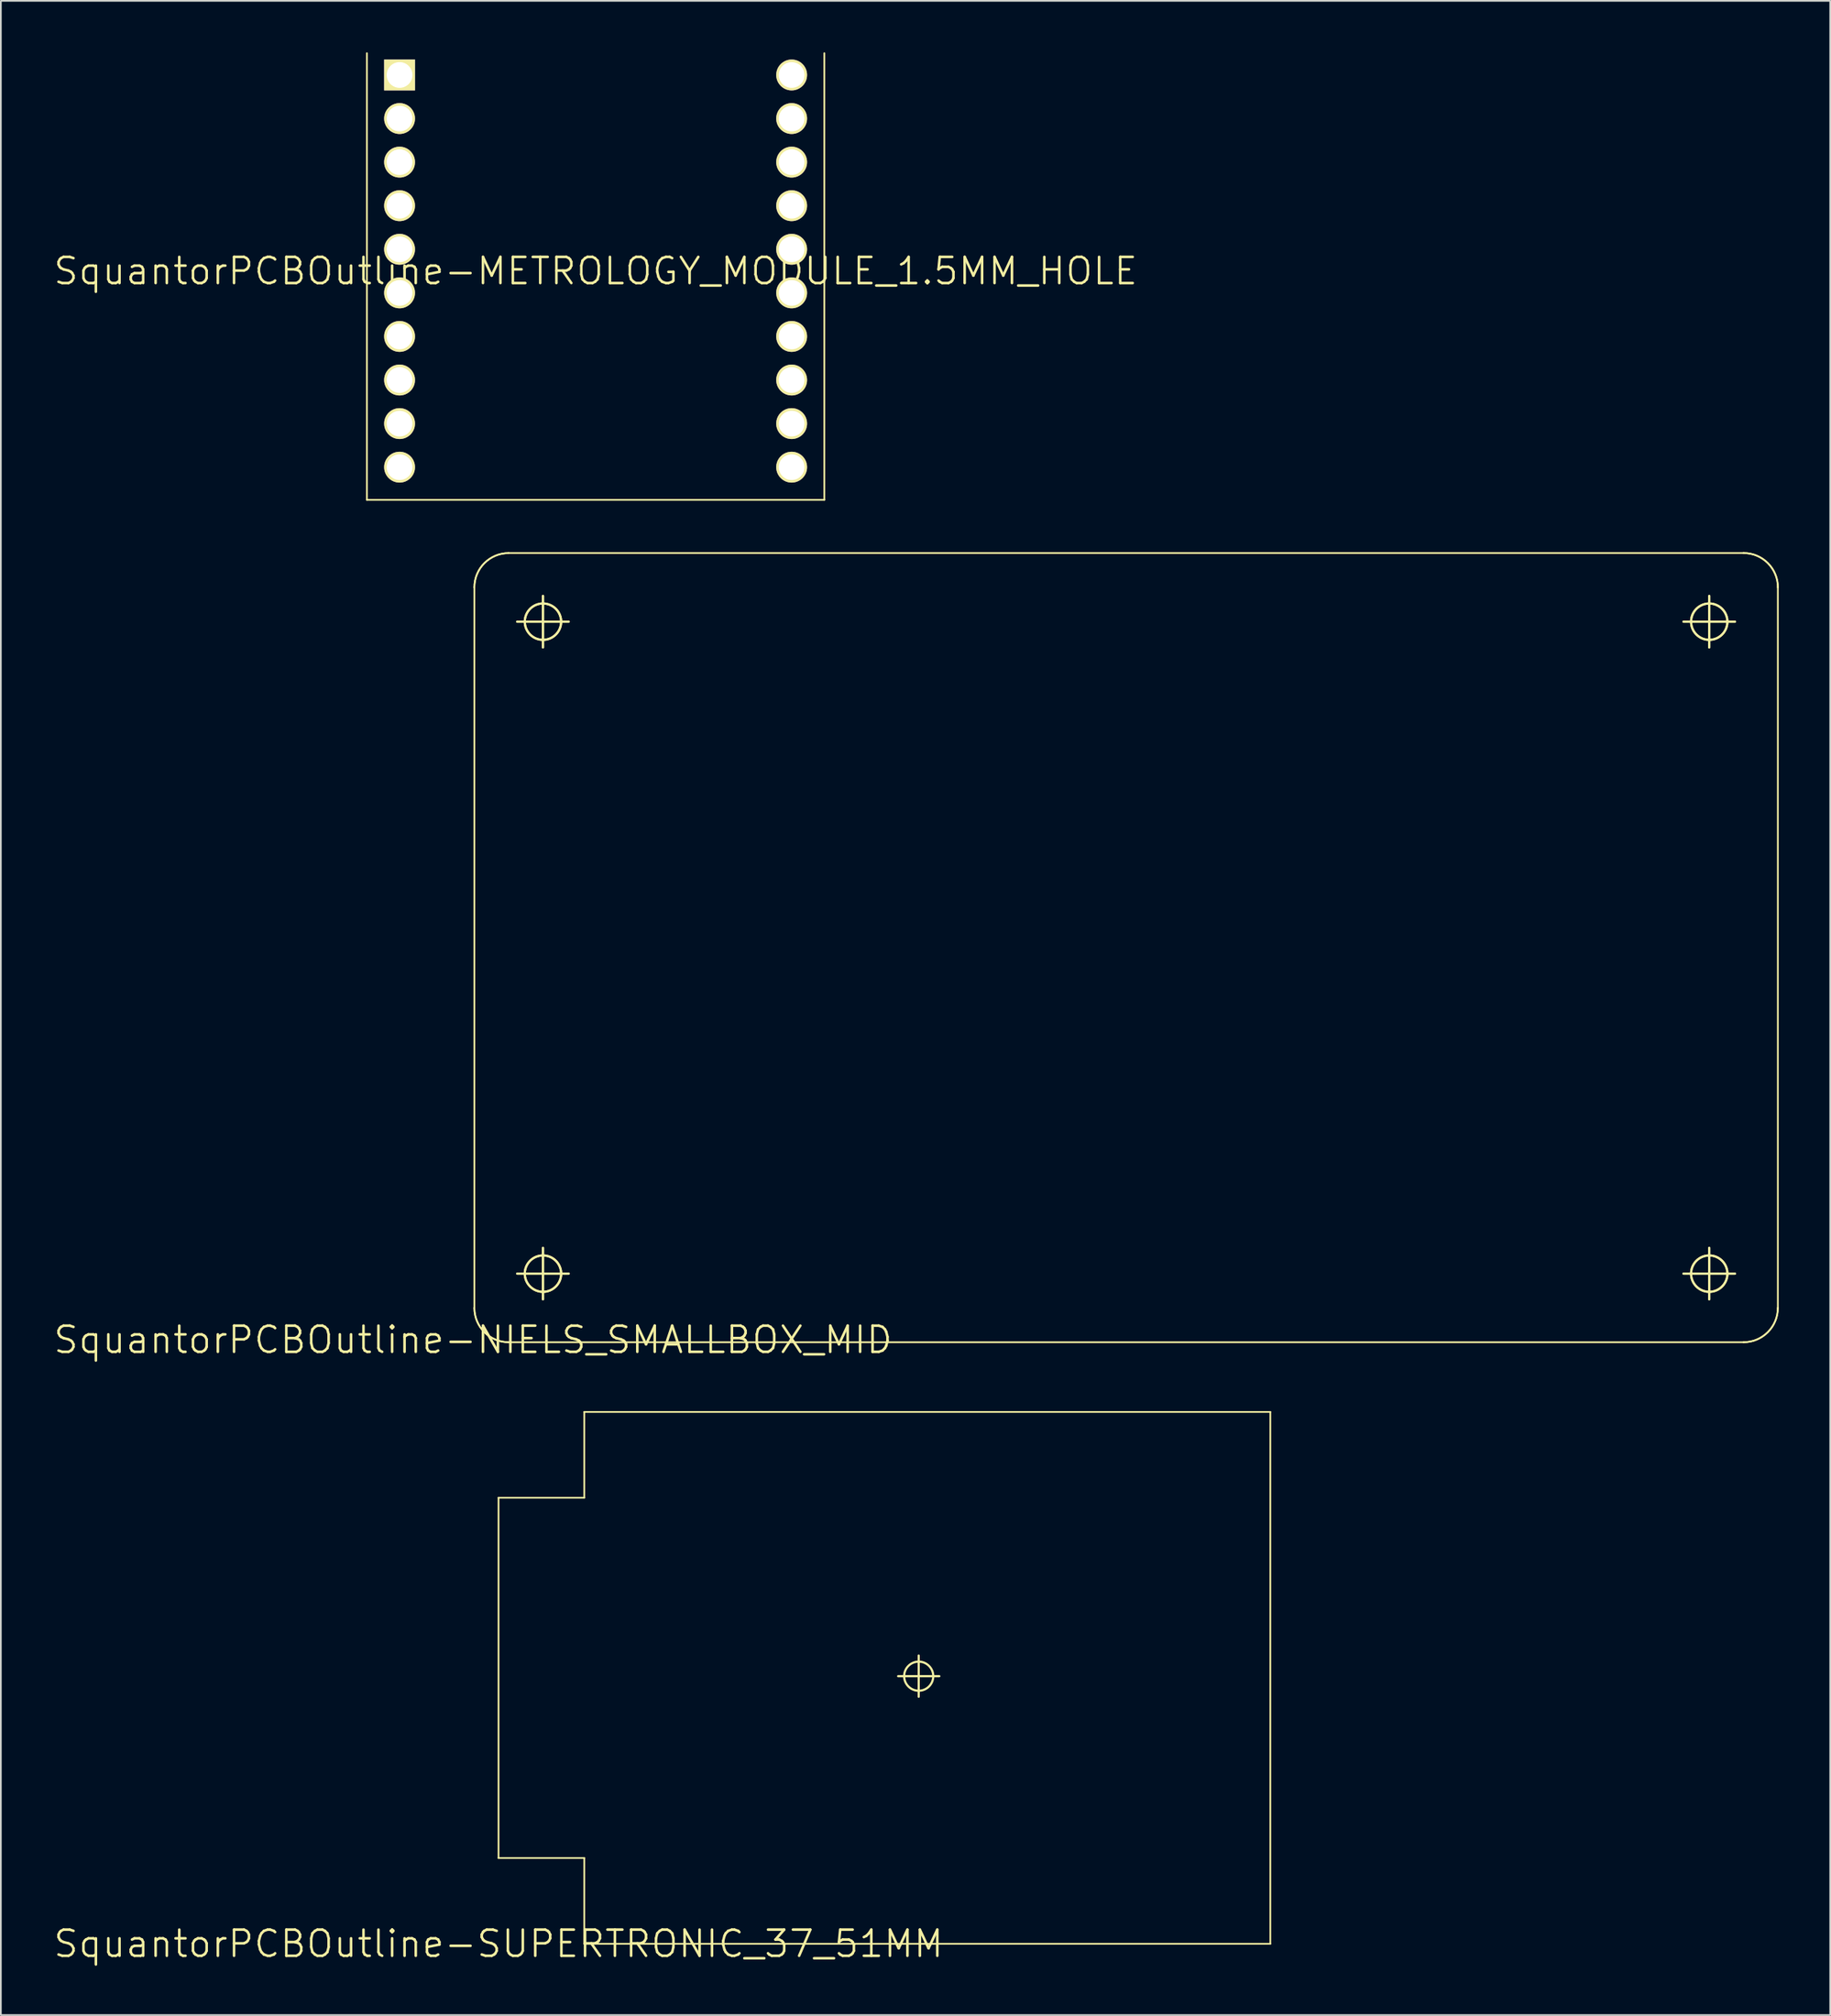
<source format=kicad_pcb>
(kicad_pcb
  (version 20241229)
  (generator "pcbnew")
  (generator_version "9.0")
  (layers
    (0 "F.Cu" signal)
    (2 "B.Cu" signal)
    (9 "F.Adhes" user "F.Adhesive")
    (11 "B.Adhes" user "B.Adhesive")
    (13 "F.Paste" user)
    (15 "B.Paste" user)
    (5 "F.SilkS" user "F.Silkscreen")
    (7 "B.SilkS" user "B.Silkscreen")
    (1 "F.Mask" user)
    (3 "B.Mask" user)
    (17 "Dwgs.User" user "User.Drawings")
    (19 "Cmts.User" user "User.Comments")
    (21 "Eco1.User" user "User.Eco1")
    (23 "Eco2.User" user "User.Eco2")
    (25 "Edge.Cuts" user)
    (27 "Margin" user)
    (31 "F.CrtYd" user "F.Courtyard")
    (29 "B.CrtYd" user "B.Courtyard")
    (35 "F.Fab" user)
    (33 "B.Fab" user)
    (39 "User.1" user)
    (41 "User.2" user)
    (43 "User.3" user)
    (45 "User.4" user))
  (footprint "SquantorPCBOutline-NIELS_SMALLBOX_MID"
    (layer "F.Cu")
    (at 24.529 75.045)
    (property "Reference" "SquantorPCBOutline-NIELS_SMALLBOX_MID" (at 0 0 0) (layer "F.SilkS") (effects (font (size 1.524 1.524) (thickness 0.15))))
    (attr exclude_from_pos_files exclude_from_bom)
    (fp_line (start 0.079 -1.859) (end 0.079 -43.858) (stroke (width 0.1) (type solid)) (layer "F.SilkS"))
    (fp_line (start 2.078 -45.86) (end 74.079 -45.86) (stroke (width 0.1) (type solid)) (layer "F.SilkS"))
    (fp_line (start 2.578 -41.859) (end 5.578 -41.859) (stroke (width 0.127) (type solid)) (layer "F.SilkS"))
    (fp_line (start 2.578 -41.859) (end 5.578 -41.859) (stroke (width 0.127) (type solid)) (layer "F.SilkS"))
    (fp_line (start 2.578 -3.858) (end 5.578 -3.858) (stroke (width 0.127) (type solid)) (layer "F.SilkS"))
    (fp_line (start 2.578 -3.858) (end 5.578 -3.858) (stroke (width 0.127) (type solid)) (layer "F.SilkS"))
    (fp_line (start 4.079 -40.358) (end 4.079 -43.358) (stroke (width 0.127) (type solid)) (layer "F.SilkS"))
    (fp_line (start 4.079 -40.358) (end 4.079 -43.358) (stroke (width 0.127) (type solid)) (layer "F.SilkS"))
    (fp_line (start 4.079 -2.36) (end 4.079 -5.359) (stroke (width 0.127) (type solid)) (layer "F.SilkS"))
    (fp_line (start 4.079 -2.36) (end 4.079 -5.359) (stroke (width 0.127) (type solid)) (layer "F.SilkS"))
    (fp_line (start 70.579 -41.859) (end 73.579 -41.859) (stroke (width 0.127) (type solid)) (layer "F.SilkS"))
    (fp_line (start 70.579 -41.859) (end 73.579 -41.859) (stroke (width 0.127) (type solid)) (layer "F.SilkS"))
    (fp_line (start 70.579 -3.858) (end 73.579 -3.858) (stroke (width 0.127) (type solid)) (layer "F.SilkS"))
    (fp_line (start 70.579 -3.858) (end 73.579 -3.858) (stroke (width 0.127) (type solid)) (layer "F.SilkS"))
    (fp_line (start 72.078 -40.358) (end 72.078 -43.358) (stroke (width 0.127) (type solid)) (layer "F.SilkS"))
    (fp_line (start 72.078 -40.358) (end 72.078 -43.358) (stroke (width 0.127) (type solid)) (layer "F.SilkS"))
    (fp_line (start 72.078 -2.36) (end 72.078 -5.359) (stroke (width 0.127) (type solid)) (layer "F.SilkS"))
    (fp_line (start 72.078 -2.36) (end 72.078 -5.359) (stroke (width 0.127) (type solid)) (layer "F.SilkS"))
    (fp_line (start 74.079 0.14) (end 2.078 0.14) (stroke (width 0.1) (type solid)) (layer "F.SilkS"))
    (fp_line (start 76.078 -43.858) (end 76.078 -1.859) (stroke (width 0.1) (type solid)) (layer "F.SilkS"))
    (fp_arc (start 0.07874 -43.85818) (mid 0.664228 -45.271672) (end 2.07772 -45.85716) (stroke (width 0.1) (type solid)) (layer "F.SilkS"))
    (fp_arc (start 0.07874 -43.85818) (mid 0.664228 -45.271672) (end 2.07772 -45.85716) (stroke (width 0.1) (type solid)) (layer "F.SilkS"))
    (fp_arc (start 2.07772 0.1397) (mid 0.664228 -0.445788) (end 0.07874 -1.85928) (stroke (width 0.1) (type solid)) (layer "F.SilkS"))
    (fp_arc (start 2.07772 0.1397) (mid 0.664228 -0.445788) (end 0.07874 -1.85928) (stroke (width 0.1) (type solid)) (layer "F.SilkS"))
    (fp_arc (start 74.0791 -45.8597) (mid 75.494388 -45.273468) (end 76.08062 -43.85818) (stroke (width 0.1) (type solid)) (layer "F.SilkS"))
    (fp_arc (start 74.0791 -45.8597) (mid 75.494388 -45.273468) (end 76.08062 -43.85818) (stroke (width 0.1) (type solid)) (layer "F.SilkS"))
    (fp_arc (start 76.07808 -1.85928) (mid 75.492592 -0.445788) (end 74.0791 0.1397) (stroke (width 0.1) (type solid)) (layer "F.SilkS"))
    (fp_arc (start 76.07808 -1.85928) (mid 75.492592 -0.445788) (end 74.0791 0.1397) (stroke (width 0.1) (type solid)) (layer "F.SilkS"))
    (fp_circle (center 4.079 -41.859) (end 4.829 -42.608) (stroke (width 0.127) (type solid)) (fill no) (layer "F.SilkS"))
    (fp_circle (center 4.079 -41.859) (end 4.829 -42.608) (stroke (width 0.127) (type solid)) (fill no) (layer "F.SilkS"))
    (fp_circle (center 4.079 -3.858) (end 4.829 -4.608) (stroke (width 0.127) (type solid)) (fill no) (layer "F.SilkS"))
    (fp_circle (center 4.079 -3.858) (end 4.829 -4.608) (stroke (width 0.127) (type solid)) (fill no) (layer "F.SilkS"))
    (fp_circle (center 72.078 -41.859) (end 72.827 -42.608) (stroke (width 0.127) (type solid)) (fill no) (layer "F.SilkS"))
    (fp_circle (center 72.078 -41.859) (end 72.827 -42.608) (stroke (width 0.127) (type solid)) (fill no) (layer "F.SilkS"))
    (fp_circle (center 72.078 -3.858) (end 72.827 -4.608) (stroke (width 0.127) (type solid)) (fill no) (layer "F.SilkS"))
    (fp_circle (center 72.078 -3.858) (end 72.827 -4.608) (stroke (width 0.127) (type solid)) (fill no) (layer "F.SilkS")))
  (footprint "SquantorPCBOutline-METROLOGY_MODULE_1.5MM_HOLE"
    (layer "F.Cu")
    (at 31.677 12.75)
    (property "Reference" "SquantorPCBOutline-METROLOGY_MODULE_1.5MM_HOLE" (at 0 0 0) (layer "F.SilkS") (effects (font (size 1.524 1.524) (thickness 0.15))))
    (attr exclude_from_pos_files exclude_from_bom)
    (fp_line (start -13.335 -12.7) (end -13.335 13.335) (stroke (width 0.1) (type solid)) (layer "F.SilkS"))
    (fp_line (start -13.335 13.335) (end 13.335 13.335) (stroke (width 0.1) (type solid)) (layer "F.SilkS"))
    (fp_line (start 13.335 13.335) (end 13.335 -12.7) (stroke (width 0.1) (type solid)) (layer "F.SilkS"))
    (pad "P$1" thru_hole rect (at -11.43 -11.43) (size 1.798 1.798) (drill 1.499) (layers "*.Cu" "F.Mask" "F.SilkS" "F.Paste"))
    (pad "P$2" thru_hole circle (at -11.43 -8.89) (size 1.798 1.798) (drill 1.499) (layers "*.Cu" "F.Mask" "F.SilkS" "F.Paste"))
    (pad "P$3" thru_hole circle (at -11.43 -6.35) (size 1.798 1.798) (drill 1.499) (layers "*.Cu" "F.Mask" "F.SilkS" "F.Paste"))
    (pad "P$4" thru_hole circle (at -11.43 -3.81) (size 1.798 1.798) (drill 1.499) (layers "*.Cu" "F.Mask" "F.SilkS" "F.Paste"))
    (pad "P$5" thru_hole circle (at -11.43 -1.27) (size 1.798 1.798) (drill 1.499) (layers "*.Cu" "F.Mask" "F.SilkS" "F.Paste"))
    (pad "P$6" thru_hole circle (at -11.43 1.27) (size 1.798 1.798) (drill 1.499) (layers "*.Cu" "F.Mask" "F.SilkS" "F.Paste"))
    (pad "P$7" thru_hole circle (at -11.43 3.81) (size 1.798 1.798) (drill 1.499) (layers "*.Cu" "F.Mask" "F.SilkS" "F.Paste"))
    (pad "P$8" thru_hole circle (at -11.43 6.35) (size 1.798 1.798) (drill 1.499) (layers "*.Cu" "F.Mask" "F.SilkS" "F.Paste"))
    (pad "P$9" thru_hole circle (at -11.43 8.89) (size 1.798 1.798) (drill 1.499) (layers "*.Cu" "F.Mask" "F.SilkS" "F.Paste"))
    (pad "P$10" thru_hole circle (at -11.43 11.43) (size 1.798 1.798) (drill 1.499) (layers "*.Cu" "F.Mask" "F.SilkS" "F.Paste"))
    (pad "P$11" thru_hole circle (at 11.43 11.43) (size 1.798 1.798) (drill 1.499) (layers "*.Cu" "F.Mask" "F.SilkS" "F.Paste"))
    (pad "P$12" thru_hole circle (at 11.43 8.89) (size 1.798 1.798) (drill 1.499) (layers "*.Cu" "F.Mask" "F.SilkS" "F.Paste"))
    (pad "P$13" thru_hole circle (at 11.43 6.35) (size 1.798 1.798) (drill 1.499) (layers "*.Cu" "F.Mask" "F.SilkS" "F.Paste"))
    (pad "P$14" thru_hole circle (at 11.43 3.81) (size 1.798 1.798) (drill 1.499) (layers "*.Cu" "F.Mask" "F.SilkS" "F.Paste"))
    (pad "P$15" thru_hole circle (at 11.43 1.27) (size 1.798 1.798) (drill 1.499) (layers "*.Cu" "F.Mask" "F.SilkS" "F.Paste"))
    (pad "P$16" thru_hole circle (at 11.43 -1.27) (size 1.798 1.798) (drill 1.499) (layers "*.Cu" "F.Mask" "F.SilkS" "F.Paste"))
    (pad "P$17" thru_hole circle (at 11.43 -3.81) (size 1.798 1.798) (drill 1.499) (layers "*.Cu" "F.Mask" "F.SilkS" "F.Paste"))
    (pad "P$18" thru_hole circle (at 11.43 -6.35) (size 1.798 1.798) (drill 1.499) (layers "*.Cu" "F.Mask" "F.SilkS" "F.Paste"))
    (pad "P$19" thru_hole circle (at 11.43 -8.89) (size 1.798 1.798) (drill 1.499) (layers "*.Cu" "F.Mask" "F.SilkS" "F.Paste"))
    (pad "P$20" thru_hole circle (at 11.43 -11.43) (size 1.798 1.798) (drill 1.499) (layers "*.Cu" "F.Mask" "F.SilkS" "F.Paste")))
  (footprint "SquantorPCBOutline-SUPERTRONIC_37_51MM"
    (layer "F.Cu")
    (at 26.017 110.248)
    (property "Reference" "SquantorPCBOutline-SUPERTRONIC_37_51MM" (at 0 0 0) (layer "F.SilkS") (effects (font (size 1.524 1.524) (thickness 0.15))))
    (attr exclude_from_pos_files exclude_from_bom)
    (fp_line (start 0 -25.999) (end 0 -4.999) (stroke (width 0.1) (type solid)) (layer "F.SilkS"))
    (fp_line (start 0 -25.999) (end 4.999 -25.999) (stroke (width 0.1) (type solid)) (layer "F.SilkS"))
    (fp_line (start 0 -4.999) (end 4.999 -4.999) (stroke (width 0.1) (type solid)) (layer "F.SilkS"))
    (fp_line (start 4.999 -25.999) (end 4.999 -30.998) (stroke (width 0.1) (type solid)) (layer "F.SilkS"))
    (fp_line (start 4.999 -4.999) (end 4.999 0) (stroke (width 0.1) (type solid)) (layer "F.SilkS"))
    (fp_line (start 4.999 0) (end 44.999 0) (stroke (width 0.1) (type solid)) (layer "F.SilkS"))
    (fp_line (start 23.299 -15.598) (end 25.7 -15.598) (stroke (width 0.127) (type solid)) (layer "F.SilkS"))
    (fp_line (start 24.498 -14.399) (end 24.498 -16.8) (stroke (width 0.127) (type solid)) (layer "F.SilkS"))
    (fp_line (start 44.999 -30.998) (end 4.999 -30.998) (stroke (width 0.1) (type solid)) (layer "F.SilkS"))
    (fp_line (start 44.999 0) (end 44.999 -30.998) (stroke (width 0.1) (type solid)) (layer "F.SilkS"))
    (fp_circle (center 24.498 -15.598) (end 25.098 -16.198) (stroke (width 0.127) (type solid)) (fill no) (layer "F.SilkS")))
  (gr_rect
    (start -3 -3)
    (end 103.66 114.402)
    (stroke (width 0.1) (type default))
    (fill no)
    (layer "Edge.Cuts")))
</source>
